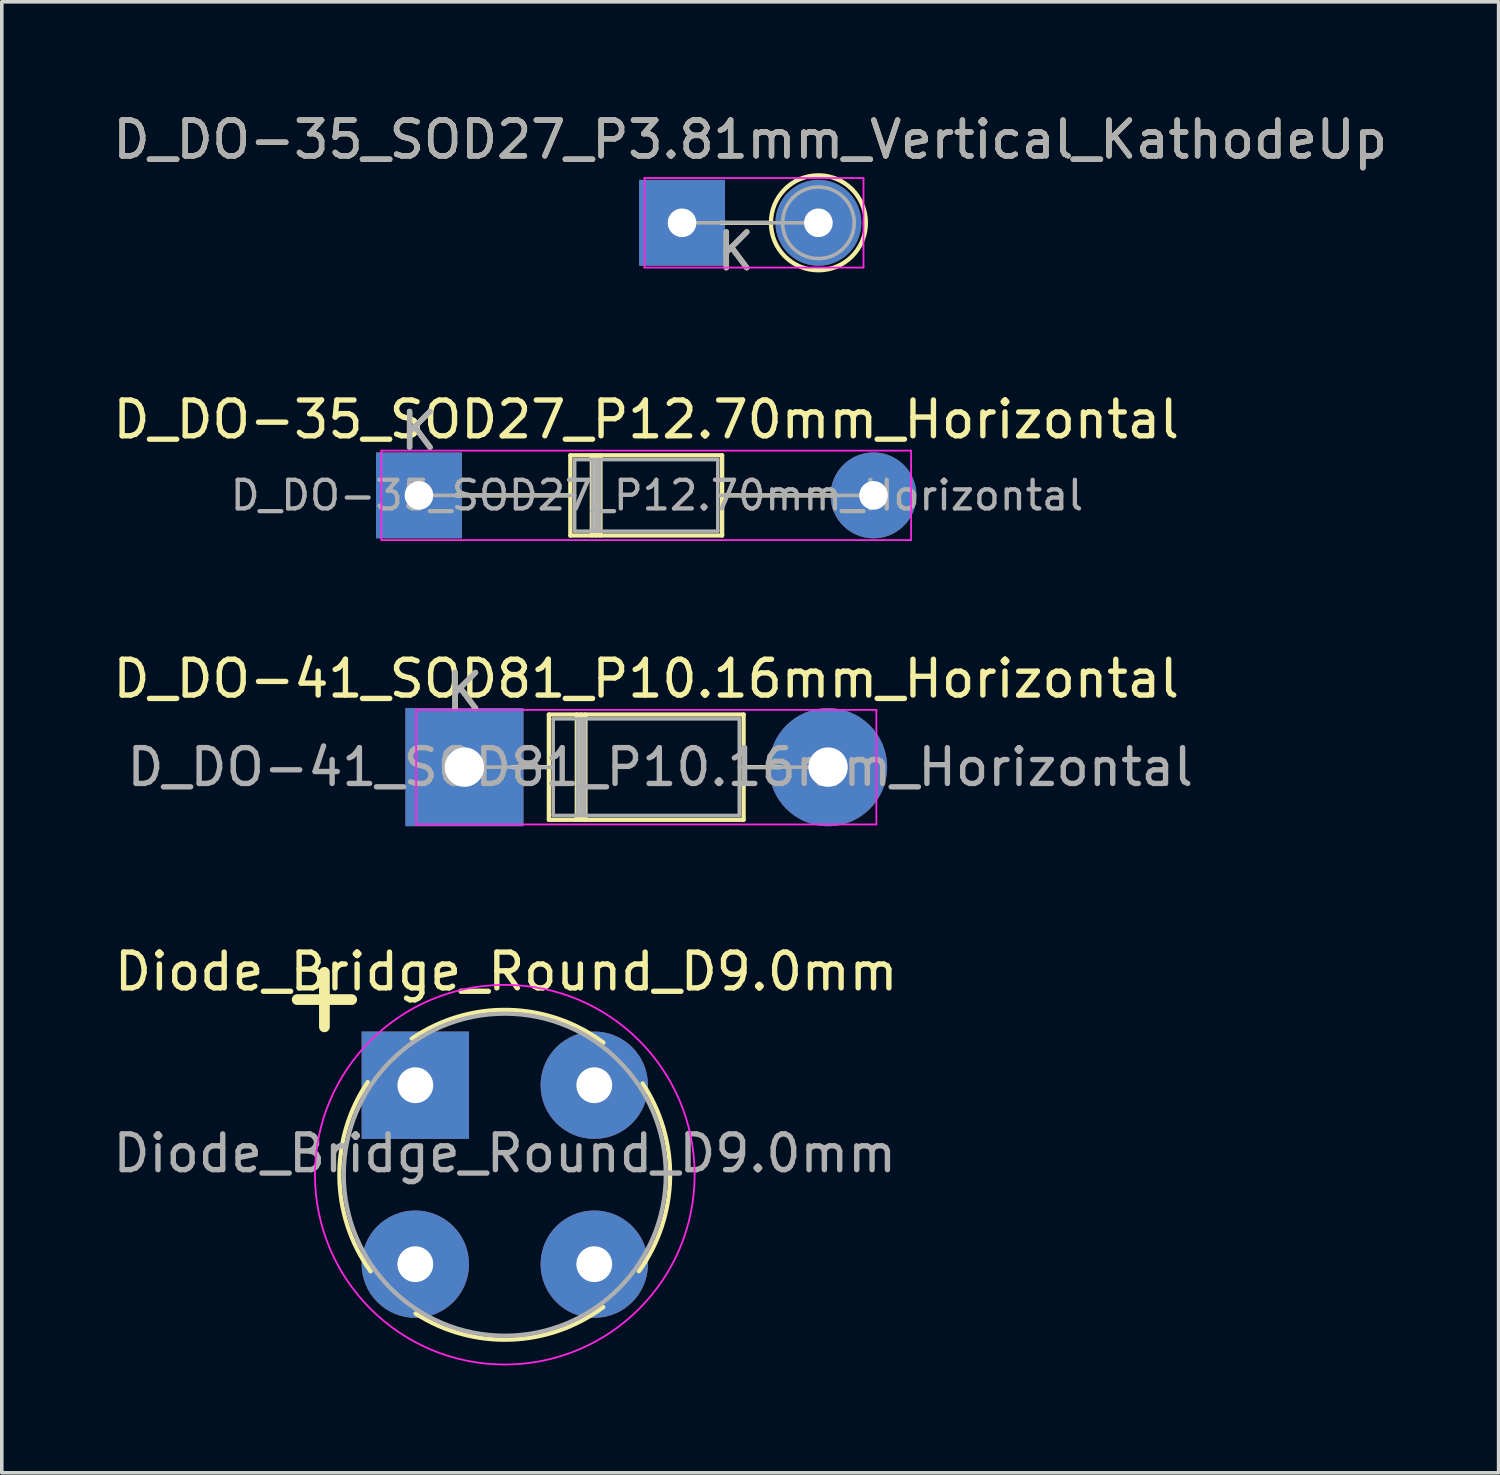
<source format=kicad_pcb>
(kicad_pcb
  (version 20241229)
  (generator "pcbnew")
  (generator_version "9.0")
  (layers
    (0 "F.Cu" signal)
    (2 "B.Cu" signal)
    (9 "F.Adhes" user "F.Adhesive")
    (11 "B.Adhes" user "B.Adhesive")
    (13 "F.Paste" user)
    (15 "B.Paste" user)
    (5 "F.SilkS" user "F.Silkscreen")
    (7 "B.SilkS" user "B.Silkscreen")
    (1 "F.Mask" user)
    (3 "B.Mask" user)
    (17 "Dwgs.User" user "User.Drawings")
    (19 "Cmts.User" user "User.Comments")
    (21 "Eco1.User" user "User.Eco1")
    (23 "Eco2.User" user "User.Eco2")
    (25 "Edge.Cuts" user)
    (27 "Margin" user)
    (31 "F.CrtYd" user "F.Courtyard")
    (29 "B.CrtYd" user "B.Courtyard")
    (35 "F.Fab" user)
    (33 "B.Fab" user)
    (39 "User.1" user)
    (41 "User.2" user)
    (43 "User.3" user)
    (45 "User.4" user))
  (footprint "D_DO-35_SOD27_P3.81mm_Vertical_KathodeUp"
    (layer "F.Cu")
    (at 16.006 3.175)
    (property "Reference" "D_DO-35_SOD27_P3.81mm_Vertical_KathodeUp" (at 1.905 -2.326 0) (layer "F.SilkS") (effects (font (size 1 1) (thickness 0.15))))
    (attr through_hole)
    (fp_line (start 2.484 0) (end 1.1 0) (stroke (width 0.12) (type solid)) (layer "F.SilkS"))
    (fp_circle (center 3.81 0) (end 5.136 0) (stroke (width 0.12) (type solid)) (fill no) (layer "F.SilkS"))
    (fp_line (start -1.05 -1.25) (end -1.05 1.25) (stroke (width 0.05) (type solid)) (layer "F.CrtYd"))
    (fp_line (start -1.05 1.25) (end 5.07 1.25) (stroke (width 0.05) (type solid)) (layer "F.CrtYd"))
    (fp_line (start 5.07 -1.25) (end -1.05 -1.25) (stroke (width 0.05) (type solid)) (layer "F.CrtYd"))
    (fp_line (start 5.07 1.25) (end 5.07 -1.25) (stroke (width 0.05) (type solid)) (layer "F.CrtYd"))
    (fp_line (start 0 0) (end 3.81 0) (stroke (width 0.1) (type solid)) (layer "F.Fab"))
    (fp_circle (center 3.81 0) (end 4.81 0) (stroke (width 0.1) (type solid)) (fill no) (layer "F.Fab"))
    (fp_text user "K" (at 1.5 0.8 0) (layer "F.SilkS") (effects (font (size 1 1) (thickness 0.15))))
    (fp_text user "${REFERENCE}" (at 1.905 -2.326 0) (layer "F.Fab") (effects (font (size 1 1) (thickness 0.15))))
    (fp_text user "K" (at 1.5 0.8 0) (layer "F.Fab") (effects (font (size 1 1) (thickness 0.15))))
    (pad "1" thru_hole rect (at 0 0) (size 2.4 2.4) (drill 0.8) (layers "*.Cu" "*.Mask"))
    (pad "2" thru_hole oval (at 3.81 0) (size 2.4 2.4) (drill 0.8) (layers "*.Cu" "*.Mask")))
  (footprint "D_DO-41_SOD81_P10.16mm_Horizontal"
    (layer "F.Cu")
    (at 9.926 18.384)
    (property "Reference" "D_DO-41_SOD81_P10.16mm_Horizontal" (at 5.08 -2.47 0) (layer "F.SilkS") (effects (font (size 1 1) (thickness 0.15))))
    (attr through_hole)
    (fp_line (start 1.34 0) (end 2.36 0) (stroke (width 0.12) (type solid)) (layer "F.SilkS"))
    (fp_line (start 2.36 -1.47) (end 2.36 1.47) (stroke (width 0.12) (type solid)) (layer "F.SilkS"))
    (fp_line (start 2.36 1.47) (end 7.8 1.47) (stroke (width 0.12) (type solid)) (layer "F.SilkS"))
    (fp_line (start 3.14 -1.47) (end 3.14 1.47) (stroke (width 0.12) (type solid)) (layer "F.SilkS"))
    (fp_line (start 3.26 -1.47) (end 3.26 1.47) (stroke (width 0.12) (type solid)) (layer "F.SilkS"))
    (fp_line (start 3.38 -1.47) (end 3.38 1.47) (stroke (width 0.12) (type solid)) (layer "F.SilkS"))
    (fp_line (start 7.8 -1.47) (end 2.36 -1.47) (stroke (width 0.12) (type solid)) (layer "F.SilkS"))
    (fp_line (start 7.8 1.47) (end 7.8 -1.47) (stroke (width 0.12) (type solid)) (layer "F.SilkS"))
    (fp_line (start 8.82 0) (end 7.8 0) (stroke (width 0.12) (type solid)) (layer "F.SilkS"))
    (fp_line (start -1.35 -1.6) (end -1.35 1.6) (stroke (width 0.05) (type solid)) (layer "F.CrtYd"))
    (fp_line (start -1.35 1.6) (end 11.51 1.6) (stroke (width 0.05) (type solid)) (layer "F.CrtYd"))
    (fp_line (start 11.51 -1.6) (end -1.35 -1.6) (stroke (width 0.05) (type solid)) (layer "F.CrtYd"))
    (fp_line (start 11.51 1.6) (end 11.51 -1.6) (stroke (width 0.05) (type solid)) (layer "F.CrtYd"))
    (fp_line (start 0 0) (end 2.48 0) (stroke (width 0.1) (type solid)) (layer "F.Fab"))
    (fp_line (start 2.48 -1.35) (end 2.48 1.35) (stroke (width 0.1) (type solid)) (layer "F.Fab"))
    (fp_line (start 2.48 1.35) (end 7.68 1.35) (stroke (width 0.1) (type solid)) (layer "F.Fab"))
    (fp_line (start 3.16 -1.35) (end 3.16 1.35) (stroke (width 0.1) (type solid)) (layer "F.Fab"))
    (fp_line (start 3.26 -1.35) (end 3.26 1.35) (stroke (width 0.1) (type solid)) (layer "F.Fab"))
    (fp_line (start 3.36 -1.35) (end 3.36 1.35) (stroke (width 0.1) (type solid)) (layer "F.Fab"))
    (fp_line (start 7.68 -1.35) (end 2.48 -1.35) (stroke (width 0.1) (type solid)) (layer "F.Fab"))
    (fp_line (start 7.68 1.35) (end 7.68 -1.35) (stroke (width 0.1) (type solid)) (layer "F.Fab"))
    (fp_line (start 10.16 0) (end 7.68 0) (stroke (width 0.1) (type solid)) (layer "F.Fab"))
    (fp_text user "K" (at 0 -2.1 0) (layer "F.SilkS") (effects (font (size 1 1) (thickness 0.15))))
    (fp_text user "${REFERENCE}" (at 5.47 0 0) (layer "F.Fab") (effects (font (size 1 1) (thickness 0.15))))
    (fp_text user "K" (at 0 -2.1 0) (layer "F.Fab") (effects (font (size 1 1) (thickness 0.15))))
    (pad "1" thru_hole rect (at 0 0) (size 3.3 3.3) (drill 1.1) (layers "*.Cu" "*.Mask"))
    (pad "2" thru_hole oval (at 10.16 0) (size 3.3 3.3) (drill 1.1) (layers "*.Cu" "*.Mask")))
  (footprint "D_DO-35_SOD27_P12.70mm_Horizontal"
    (layer "F.Cu")
    (at 8.656 10.791)
    (property "Reference" "D_DO-35_SOD27_P12.70mm_Horizontal" (at 6.35 -2.12 180) (layer "F.SilkS") (effects (font (size 1 1) (thickness 0.15))))
    (attr through_hole)
    (fp_line (start 1.04 0) (end 4.23 0) (stroke (width 0.12) (type solid)) (layer "F.SilkS"))
    (fp_line (start 4.23 -1.12) (end 4.23 1.12) (stroke (width 0.12) (type solid)) (layer "F.SilkS"))
    (fp_line (start 4.23 1.12) (end 8.47 1.12) (stroke (width 0.12) (type solid)) (layer "F.SilkS"))
    (fp_line (start 4.83 -1.12) (end 4.83 1.12) (stroke (width 0.12) (type solid)) (layer "F.SilkS"))
    (fp_line (start 4.95 -1.12) (end 4.95 1.12) (stroke (width 0.12) (type solid)) (layer "F.SilkS"))
    (fp_line (start 5.07 -1.12) (end 5.07 1.12) (stroke (width 0.12) (type solid)) (layer "F.SilkS"))
    (fp_line (start 8.47 -1.12) (end 4.23 -1.12) (stroke (width 0.12) (type solid)) (layer "F.SilkS"))
    (fp_line (start 8.47 1.12) (end 8.47 -1.12) (stroke (width 0.12) (type solid)) (layer "F.SilkS"))
    (fp_line (start 11.66 0) (end 8.47 0) (stroke (width 0.12) (type solid)) (layer "F.SilkS"))
    (fp_line (start -1.05 -1.25) (end -1.05 1.25) (stroke (width 0.05) (type solid)) (layer "F.CrtYd"))
    (fp_line (start -1.05 1.25) (end 13.75 1.25) (stroke (width 0.05) (type solid)) (layer "F.CrtYd"))
    (fp_line (start 13.75 -1.25) (end -1.05 -1.25) (stroke (width 0.05) (type solid)) (layer "F.CrtYd"))
    (fp_line (start 13.75 1.25) (end 13.75 -1.25) (stroke (width 0.05) (type solid)) (layer "F.CrtYd"))
    (fp_line (start 0 0) (end 4.35 0) (stroke (width 0.1) (type solid)) (layer "F.Fab"))
    (fp_line (start 4.35 -1) (end 4.35 1) (stroke (width 0.1) (type solid)) (layer "F.Fab"))
    (fp_line (start 4.35 1) (end 8.35 1) (stroke (width 0.1) (type solid)) (layer "F.Fab"))
    (fp_line (start 4.85 -1) (end 4.85 1) (stroke (width 0.1) (type solid)) (layer "F.Fab"))
    (fp_line (start 4.95 -1) (end 4.95 1) (stroke (width 0.1) (type solid)) (layer "F.Fab"))
    (fp_line (start 5.05 -1) (end 5.05 1) (stroke (width 0.1) (type solid)) (layer "F.Fab"))
    (fp_line (start 8.35 -1) (end 4.35 -1) (stroke (width 0.1) (type solid)) (layer "F.Fab"))
    (fp_line (start 8.35 1) (end 8.35 -1) (stroke (width 0.1) (type solid)) (layer "F.Fab"))
    (fp_line (start 12.7 0) (end 8.35 0) (stroke (width 0.1) (type solid)) (layer "F.Fab"))
    (fp_text user "K" (at 0 -1.8 180) (layer "F.SilkS") (effects (font (size 1 1) (thickness 0.15))))
    (fp_text user "${REFERENCE}" (at 6.65 0 180) (layer "F.Fab") (effects (font (size 0.8 0.8) (thickness 0.12))))
    (fp_text user "K" (at 0 -1.8 180) (layer "F.Fab") (effects (font (size 1 1) (thickness 0.15))))
    (pad "1" thru_hole rect (at 0 0) (size 2.4 2.4) (drill 0.8) (layers "*.Cu" "*.Mask"))
    (pad "2" thru_hole oval (at 12.7 0) (size 2.4 2.4) (drill 0.8) (layers "*.Cu" "*.Mask")))
  (footprint "Diode_Bridge_Round_D9.0mm"
    (layer "F.Cu")
    (at 8.554 27.271)
    (property "Reference" "Diode_Bridge_Round_D9.0mm" (at 2.54 -3.175 0) (layer "F.SilkS") (effects (font (size 1 1) (thickness 0.15))))
    (attr through_hole)
    (fp_arc (start -1.25 5.2) (mid -2.120355 2.569427) (end -1.329431 -0.086109) (stroke (width 0.12) (type solid)) (layer "F.SilkS"))
    (fp_arc (start -0.1 -1.3) (mid 2.595106 -2.103363) (end 5.254731 -1.189371) (stroke (width 0.12) (type solid)) (layer "F.SilkS"))
    (fp_arc (start 5.25 6.2) (mid 2.657169 7.107363) (end 0.008533 6.3788) (stroke (width 0.12) (type solid)) (layer "F.SilkS"))
    (fp_arc (start 6.35 -0.05) (mid 7.117021 2.590098) (end 6.247584 5.198261) (stroke (width 0.12) (type solid)) (layer "F.SilkS"))
    (fp_circle (center 2.5 2.5) (end -1.3 -1.2) (stroke (width 0.05) (type solid)) (fill no) (layer "F.CrtYd"))
    (fp_arc (start -2 2.5) (mid 7 2.5) (end -2 2.5) (stroke (width 0.12) (type solid)) (layer "F.Fab"))
    (fp_text user "+" (at -2.54 -2.54 0) (layer "F.SilkS") (effects (font (size 2 2) (thickness 0.3))))
    (fp_text user "${REFERENCE}" (at 2.5 1.904 0) (layer "F.Fab") (effects (font (size 1 1) (thickness 0.15))))
    (pad "1" thru_hole rect (at 0 0) (size 3 3) (drill 1) (layers "*.Cu" "*.Mask"))
    (pad "2" thru_hole oval (at 0 5) (size 3 3) (drill 1) (layers "*.Cu" "*.Mask"))
    (pad "3" thru_hole oval (at 5 5 90) (size 3 3) (drill 1) (layers "*.Cu" "*.Mask"))
    (pad "4" thru_hole oval (at 5 0) (size 3 3) (drill 1) (layers "*.Cu" "*.Mask")))
  (gr_rect
    (start -3 -3)
    (end 38.821 38.1)
    (stroke (width 0.1) (type default))
    (fill no)
    (layer "Edge.Cuts")))
</source>
